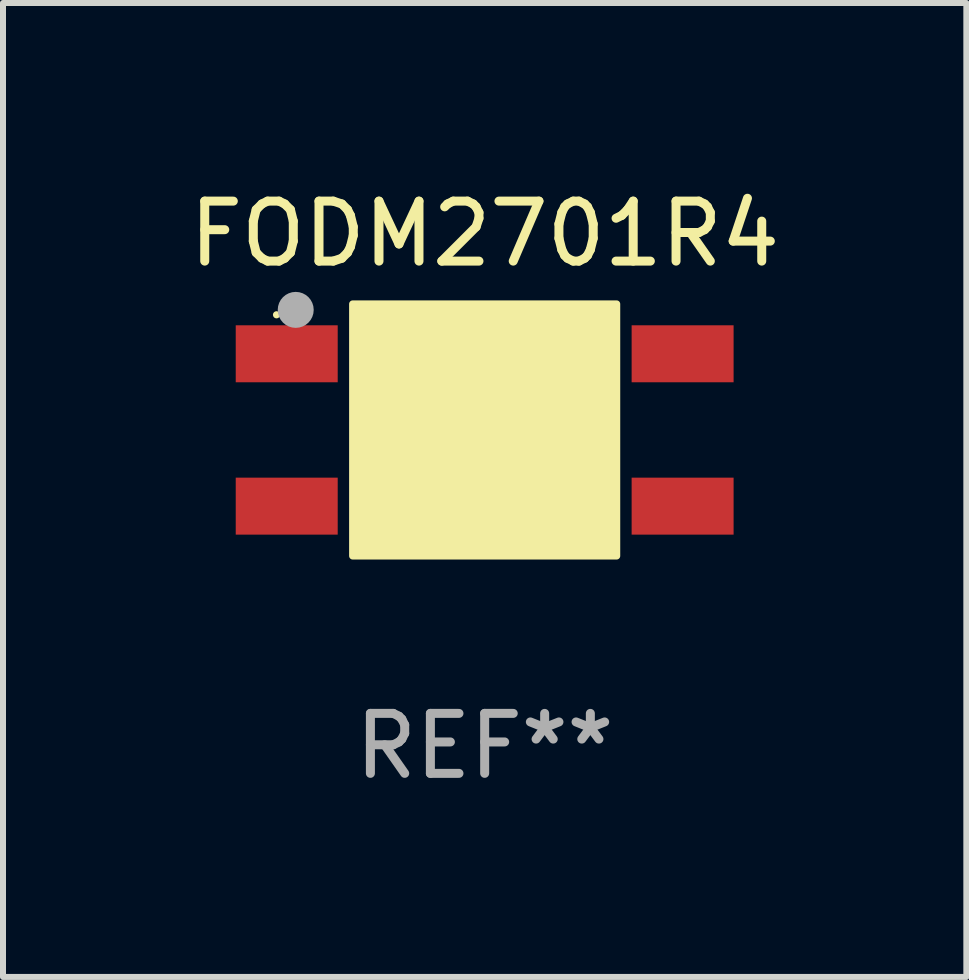
<source format=kicad_pcb>
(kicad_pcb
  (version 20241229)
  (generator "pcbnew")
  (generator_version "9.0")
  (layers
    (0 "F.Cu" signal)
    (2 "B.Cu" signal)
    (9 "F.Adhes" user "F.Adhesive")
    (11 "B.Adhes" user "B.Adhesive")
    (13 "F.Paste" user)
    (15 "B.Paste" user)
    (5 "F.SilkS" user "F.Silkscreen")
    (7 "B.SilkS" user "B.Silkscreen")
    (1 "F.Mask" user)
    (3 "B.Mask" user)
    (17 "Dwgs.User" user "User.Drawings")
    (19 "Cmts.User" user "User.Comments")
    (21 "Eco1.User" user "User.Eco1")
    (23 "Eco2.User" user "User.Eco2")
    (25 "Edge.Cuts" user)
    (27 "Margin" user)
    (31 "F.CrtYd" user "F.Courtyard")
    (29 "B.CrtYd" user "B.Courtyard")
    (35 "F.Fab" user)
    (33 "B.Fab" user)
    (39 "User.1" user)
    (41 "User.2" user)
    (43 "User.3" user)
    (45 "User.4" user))
  (footprint "FODM2701R4"
    (layer "F.Cu")
    (at 5.03 4.118)
    (property "Reference" "FODM2701R4" (at 0 -3.27 0) (layer "F.SilkS") (effects (font (size 1 1) (thickness 0.15))))
    (attr through_hole)
    (fp_arc (start -1.651003 -1.524003) (mid -1.649733 -1.524007) (end -1.648463 -1.524003) (stroke (width 0.4) (type solid)) (layer "F.SilkS"))
    (fp_circle (center -3.47 -1.92) (end -3.44 -1.92) (stroke (width 0.06) (type solid)) (fill no) (layer "F.SilkS"))
    (fp_poly (pts (xy -2.2 -2.1) (xy 2.2 -2.1) (xy 2.2 2.1) (xy -2.2 2.1)) (stroke (width 0.12) (type solid)) (fill yes) (layer "F.SilkS"))
    (fp_circle (center -3.15 -2.002) (end -3 -2.002) (stroke (width 0.3) (type solid)) (fill no) (layer "F.Fab"))
    (fp_text user "REF**" (at 0 5.27 0) (layer "F.Fab") (effects (font (size 1 1) (thickness 0.15))))
    (pad "1" smd rect (at -3.3 -1.27) (size 1.7 0.95) (layers "F.Cu" "F.Mask" "F.Paste"))
    (pad "2" smd rect (at -3.3 1.27) (size 1.7 0.95) (layers "F.Cu" "F.Mask" "F.Paste"))
    (pad "3" smd rect (at 3.3 1.27) (size 1.7 0.95) (layers "F.Cu" "F.Mask" "F.Paste"))
    (pad "4" smd rect (at 3.3 -1.27) (size 1.7 0.95) (layers "F.Cu" "F.Mask" "F.Paste")))
  (gr_rect
    (start -3 -3)
    (end 13.06 13.237)
    (stroke (width 0.1) (type default))
    (fill no)
    (layer "Edge.Cuts")))
</source>
